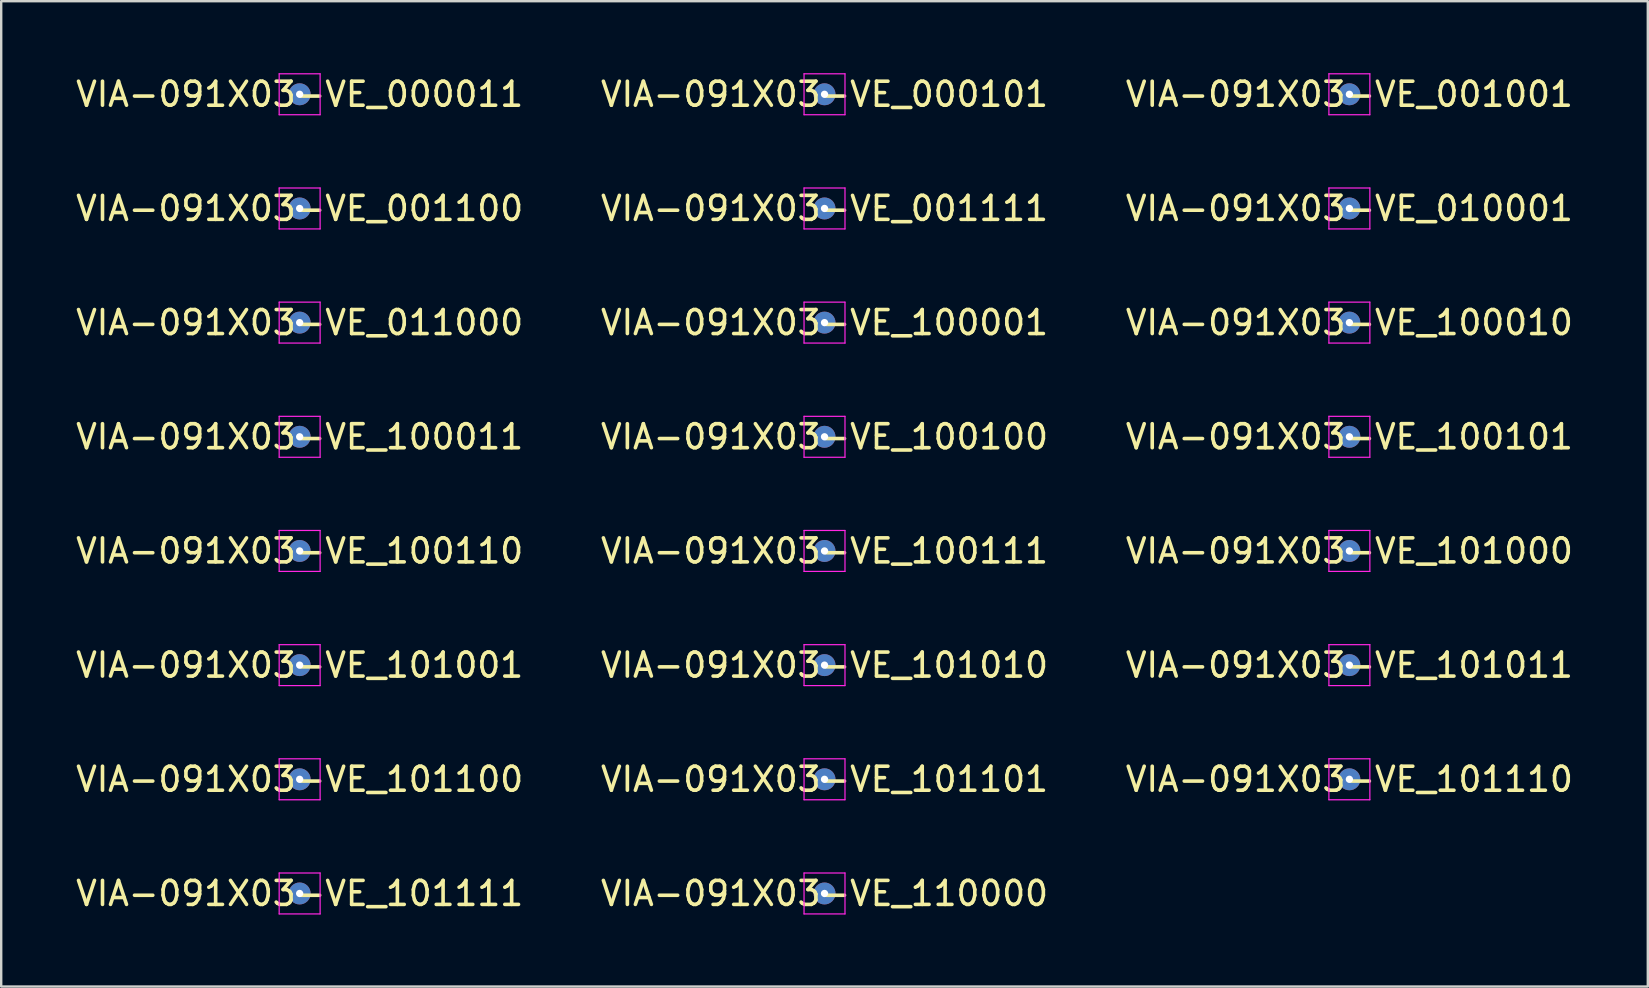
<source format=kicad_pcb>
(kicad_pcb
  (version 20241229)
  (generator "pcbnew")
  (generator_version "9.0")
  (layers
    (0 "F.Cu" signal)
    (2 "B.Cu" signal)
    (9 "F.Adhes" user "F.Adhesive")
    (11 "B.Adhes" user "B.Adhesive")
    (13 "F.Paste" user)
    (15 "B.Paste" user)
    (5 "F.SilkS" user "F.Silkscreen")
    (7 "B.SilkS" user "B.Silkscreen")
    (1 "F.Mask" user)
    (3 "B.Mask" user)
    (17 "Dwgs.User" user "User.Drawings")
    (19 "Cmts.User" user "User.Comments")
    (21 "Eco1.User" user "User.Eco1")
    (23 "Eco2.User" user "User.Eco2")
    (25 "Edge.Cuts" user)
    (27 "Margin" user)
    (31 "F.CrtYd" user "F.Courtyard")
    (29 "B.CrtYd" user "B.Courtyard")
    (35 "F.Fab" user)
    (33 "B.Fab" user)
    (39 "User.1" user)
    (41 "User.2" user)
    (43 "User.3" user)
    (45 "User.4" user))
  (footprint "VIA-091X03-VE_110000"
    (layer "F.Cu")
    (at 31.304 34.177)
    (property "Reference" "VIA-091X03-VE_110000" (at 0 0 0) (layer "F.SilkS") (effects (font (size 1 1) (thickness 0.15))))
    (attr through_hole)
    (fp_line (start -0.853 -0.853) (end -0.853 0.853) (stroke (width 0.05) (type solid)) (layer "F.CrtYd"))
    (fp_line (start -0.853 0.853) (end 0.853 0.853) (stroke (width 0.05) (type solid)) (layer "F.CrtYd"))
    (fp_line (start 0.853 -0.853) (end -0.853 -0.853) (stroke (width 0.05) (type solid)) (layer "F.CrtYd"))
    (fp_line (start 0.853 0.853) (end 0.853 -0.853) (stroke (width 0.05) (type solid)) (layer "F.CrtYd"))
    (pad "" thru_hole circle (at 0 0) (size 0.914 0.914) (drill 0.305) (layers "*.Mask" "F.Cu" "In1.Cu")))
  (footprint "VIA-091X03-VE_101010"
    (layer "F.Cu")
    (at 31.304 24.663)
    (property "Reference" "VIA-091X03-VE_101010" (at 0 0 0) (layer "F.SilkS") (effects (font (size 1 1) (thickness 0.15))))
    (attr through_hole)
    (fp_line (start -0.853 -0.853) (end -0.853 0.853) (stroke (width 0.05) (type solid)) (layer "F.CrtYd"))
    (fp_line (start -0.853 0.853) (end 0.853 0.853) (stroke (width 0.05) (type solid)) (layer "F.CrtYd"))
    (fp_line (start 0.853 -0.853) (end -0.853 -0.853) (stroke (width 0.05) (type solid)) (layer "F.CrtYd"))
    (fp_line (start 0.853 0.853) (end 0.853 -0.853) (stroke (width 0.05) (type solid)) (layer "F.CrtYd"))
    (pad "" thru_hole circle (at 0 0) (size 0.914 0.914) (drill 0.305) (layers "*.Cu" "*.Mask")))
  (footprint "VIA-091X03-VE_101001"
    (layer "F.Cu")
    (at 9.435 24.663)
    (property "Reference" "VIA-091X03-VE_101001" (at 0 0 0) (layer "F.SilkS") (effects (font (size 1 1) (thickness 0.15))))
    (attr through_hole)
    (fp_line (start -0.853 -0.853) (end -0.853 0.853) (stroke (width 0.05) (type solid)) (layer "F.CrtYd"))
    (fp_line (start -0.853 0.853) (end 0.853 0.853) (stroke (width 0.05) (type solid)) (layer "F.CrtYd"))
    (fp_line (start 0.853 -0.853) (end -0.853 -0.853) (stroke (width 0.05) (type solid)) (layer "F.CrtYd"))
    (fp_line (start 0.853 0.853) (end 0.853 -0.853) (stroke (width 0.05) (type solid)) (layer "F.CrtYd"))
    (pad "" thru_hole circle (at 0 0) (size 0.914 0.914) (drill 0.305) (layers "*.Cu" "*.Mask")))
  (footprint "VIA-091X03-VE_010001"
    (layer "F.Cu")
    (at 53.173 5.635)
    (property "Reference" "VIA-091X03-VE_010001" (at 0 0 0) (layer "F.SilkS") (effects (font (size 1 1) (thickness 0.15))))
    (attr through_hole)
    (fp_line (start -0.853 -0.853) (end -0.853 0.853) (stroke (width 0.05) (type solid)) (layer "F.CrtYd"))
    (fp_line (start -0.853 0.853) (end 0.853 0.853) (stroke (width 0.05) (type solid)) (layer "F.CrtYd"))
    (fp_line (start 0.853 -0.853) (end -0.853 -0.853) (stroke (width 0.05) (type solid)) (layer "F.CrtYd"))
    (fp_line (start 0.853 0.853) (end 0.853 -0.853) (stroke (width 0.05) (type solid)) (layer "F.CrtYd"))
    (pad "" thru_hole circle (at 0 0) (size 0.914 0.914) (drill 0.305) (layers "*.Cu" "*.Mask")))
  (footprint "VIA-091X03-VE_100011"
    (layer "F.Cu")
    (at 9.435 15.149)
    (property "Reference" "VIA-091X03-VE_100011" (at 0 0 0) (layer "F.SilkS") (effects (font (size 1 1) (thickness 0.15))))
    (attr through_hole)
    (fp_line (start -0.853 -0.853) (end -0.853 0.853) (stroke (width 0.05) (type solid)) (layer "F.CrtYd"))
    (fp_line (start -0.853 0.853) (end 0.853 0.853) (stroke (width 0.05) (type solid)) (layer "F.CrtYd"))
    (fp_line (start 0.853 -0.853) (end -0.853 -0.853) (stroke (width 0.05) (type solid)) (layer "F.CrtYd"))
    (fp_line (start 0.853 0.853) (end 0.853 -0.853) (stroke (width 0.05) (type solid)) (layer "F.CrtYd"))
    (pad "" thru_hole circle (at 0 0) (size 0.914 0.914) (drill 0.305) (layers "*.Cu" "*.Mask")))
  (footprint "VIA-091X03-VE_001111"
    (layer "F.Cu")
    (at 31.304 5.635)
    (property "Reference" "VIA-091X03-VE_001111" (at 0 0 0) (layer "F.SilkS") (effects (font (size 1 1) (thickness 0.15))))
    (attr through_hole)
    (fp_line (start -0.853 -0.853) (end -0.853 0.853) (stroke (width 0.05) (type solid)) (layer "F.CrtYd"))
    (fp_line (start -0.853 0.853) (end 0.853 0.853) (stroke (width 0.05) (type solid)) (layer "F.CrtYd"))
    (fp_line (start 0.853 -0.853) (end -0.853 -0.853) (stroke (width 0.05) (type solid)) (layer "F.CrtYd"))
    (fp_line (start 0.853 0.853) (end 0.853 -0.853) (stroke (width 0.05) (type solid)) (layer "F.CrtYd"))
    (pad "" thru_hole circle (at 0 0) (size 0.914 0.914) (drill 0.305) (layers "*.Mask" "B.Cu" "In2.Cu" "In3.Cu" "In4.Cu")))
  (footprint "VIA-091X03-VE_100101"
    (layer "F.Cu")
    (at 53.173 15.149)
    (property "Reference" "VIA-091X03-VE_100101" (at 0 0 0) (layer "F.SilkS") (effects (font (size 1 1) (thickness 0.15))))
    (attr through_hole)
    (fp_line (start -0.853 -0.853) (end -0.853 0.853) (stroke (width 0.05) (type solid)) (layer "F.CrtYd"))
    (fp_line (start -0.853 0.853) (end 0.853 0.853) (stroke (width 0.05) (type solid)) (layer "F.CrtYd"))
    (fp_line (start 0.853 -0.853) (end -0.853 -0.853) (stroke (width 0.05) (type solid)) (layer "F.CrtYd"))
    (fp_line (start 0.853 0.853) (end 0.853 -0.853) (stroke (width 0.05) (type solid)) (layer "F.CrtYd"))
    (pad "" thru_hole circle (at 0 0) (size 0.914 0.914) (drill 0.305) (layers "*.Cu" "*.Mask")))
  (footprint "VIA-091X03-VE_000011"
    (layer "F.Cu")
    (at 9.435 0.878)
    (property "Reference" "VIA-091X03-VE_000011" (at 0 0 0) (layer "F.SilkS") (effects (font (size 1 1) (thickness 0.15))))
    (attr through_hole)
    (fp_line (start -0.853 -0.853) (end -0.853 0.853) (stroke (width 0.05) (type solid)) (layer "F.CrtYd"))
    (fp_line (start -0.853 0.853) (end 0.853 0.853) (stroke (width 0.05) (type solid)) (layer "F.CrtYd"))
    (fp_line (start 0.853 -0.853) (end -0.853 -0.853) (stroke (width 0.05) (type solid)) (layer "F.CrtYd"))
    (fp_line (start 0.853 0.853) (end 0.853 -0.853) (stroke (width 0.05) (type solid)) (layer "F.CrtYd"))
    (pad "" thru_hole circle (at 0 0) (size 0.914 0.914) (drill 0.305) (layers "*.Cu" "*.Mask")))
  (footprint "VIA-091X03-VE_101110"
    (layer "F.Cu")
    (at 53.173 29.42)
    (property "Reference" "VIA-091X03-VE_101110" (at 0 0 0) (layer "F.SilkS") (effects (font (size 1 1) (thickness 0.15))))
    (attr through_hole)
    (fp_line (start -0.853 -0.853) (end -0.853 0.853) (stroke (width 0.05) (type solid)) (layer "F.CrtYd"))
    (fp_line (start -0.853 0.853) (end 0.853 0.853) (stroke (width 0.05) (type solid)) (layer "F.CrtYd"))
    (fp_line (start 0.853 -0.853) (end -0.853 -0.853) (stroke (width 0.05) (type solid)) (layer "F.CrtYd"))
    (fp_line (start 0.853 0.853) (end 0.853 -0.853) (stroke (width 0.05) (type solid)) (layer "F.CrtYd"))
    (pad "" thru_hole circle (at 0 0) (size 0.914 0.914) (drill 0.305) (layers "*.Mask" "F.Cu" "In2.Cu" "In3.Cu" "In4.Cu")))
  (footprint "VIA-091X03-VE_100111"
    (layer "F.Cu")
    (at 31.304 19.906)
    (property "Reference" "VIA-091X03-VE_100111" (at 0 0 0) (layer "F.SilkS") (effects (font (size 1 1) (thickness 0.15))))
    (attr through_hole)
    (fp_line (start -0.853 -0.853) (end -0.853 0.853) (stroke (width 0.05) (type solid)) (layer "F.CrtYd"))
    (fp_line (start -0.853 0.853) (end 0.853 0.853) (stroke (width 0.05) (type solid)) (layer "F.CrtYd"))
    (fp_line (start 0.853 -0.853) (end -0.853 -0.853) (stroke (width 0.05) (type solid)) (layer "F.CrtYd"))
    (fp_line (start 0.853 0.853) (end 0.853 -0.853) (stroke (width 0.05) (type solid)) (layer "F.CrtYd"))
    (pad "" thru_hole circle (at 0 0) (size 0.914 0.914) (drill 0.305) (layers "*.Cu" "*.Mask")))
  (footprint "VIA-091X03-VE_100110"
    (layer "F.Cu")
    (at 9.435 19.906)
    (property "Reference" "VIA-091X03-VE_100110" (at 0 0 0) (layer "F.SilkS") (effects (font (size 1 1) (thickness 0.15))))
    (attr through_hole)
    (fp_line (start -0.853 -0.853) (end -0.853 0.853) (stroke (width 0.05) (type solid)) (layer "F.CrtYd"))
    (fp_line (start -0.853 0.853) (end 0.853 0.853) (stroke (width 0.05) (type solid)) (layer "F.CrtYd"))
    (fp_line (start 0.853 -0.853) (end -0.853 -0.853) (stroke (width 0.05) (type solid)) (layer "F.CrtYd"))
    (fp_line (start 0.853 0.853) (end 0.853 -0.853) (stroke (width 0.05) (type solid)) (layer "F.CrtYd"))
    (pad "" thru_hole circle (at 0 0) (size 0.914 0.914) (drill 0.305) (layers "*.Mask" "F.Cu" "In3.Cu" "In4.Cu")))
  (footprint "VIA-091X03-VE_101101"
    (layer "F.Cu")
    (at 31.304 29.42)
    (property "Reference" "VIA-091X03-VE_101101" (at 0 0 0) (layer "F.SilkS") (effects (font (size 1 1) (thickness 0.15))))
    (attr through_hole)
    (fp_line (start -0.853 -0.853) (end -0.853 0.853) (stroke (width 0.05) (type solid)) (layer "F.CrtYd"))
    (fp_line (start -0.853 0.853) (end 0.853 0.853) (stroke (width 0.05) (type solid)) (layer "F.CrtYd"))
    (fp_line (start 0.853 -0.853) (end -0.853 -0.853) (stroke (width 0.05) (type solid)) (layer "F.CrtYd"))
    (fp_line (start 0.853 0.853) (end 0.853 -0.853) (stroke (width 0.05) (type solid)) (layer "F.CrtYd"))
    (pad "" thru_hole circle (at 0 0) (size 0.914 0.914) (drill 0.305) (layers "*.Cu" "*.Mask")))
  (footprint "VIA-091X03-VE_100001"
    (layer "F.Cu")
    (at 31.304 10.392)
    (property "Reference" "VIA-091X03-VE_100001" (at 0 0 0) (layer "F.SilkS") (effects (font (size 1 1) (thickness 0.15))))
    (attr through_hole)
    (fp_line (start -0.853 -0.853) (end -0.853 0.853) (stroke (width 0.05) (type solid)) (layer "F.CrtYd"))
    (fp_line (start -0.853 0.853) (end 0.853 0.853) (stroke (width 0.05) (type solid)) (layer "F.CrtYd"))
    (fp_line (start 0.853 -0.853) (end -0.853 -0.853) (stroke (width 0.05) (type solid)) (layer "F.CrtYd"))
    (fp_line (start 0.853 0.853) (end 0.853 -0.853) (stroke (width 0.05) (type solid)) (layer "F.CrtYd"))
    (pad "" thru_hole circle (at 0 0) (size 0.914 0.914) (drill 0.305) (layers "*.Cu" "*.Mask")))
  (footprint "VIA-091X03-VE_100100"
    (layer "F.Cu")
    (at 31.304 15.149)
    (property "Reference" "VIA-091X03-VE_100100" (at 0 0 0) (layer "F.SilkS") (effects (font (size 1 1) (thickness 0.15))))
    (attr through_hole)
    (fp_line (start -0.853 -0.853) (end -0.853 0.853) (stroke (width 0.05) (type solid)) (layer "F.CrtYd"))
    (fp_line (start -0.853 0.853) (end 0.853 0.853) (stroke (width 0.05) (type solid)) (layer "F.CrtYd"))
    (fp_line (start 0.853 -0.853) (end -0.853 -0.853) (stroke (width 0.05) (type solid)) (layer "F.CrtYd"))
    (fp_line (start 0.853 0.853) (end 0.853 -0.853) (stroke (width 0.05) (type solid)) (layer "F.CrtYd"))
    (pad "" thru_hole circle (at 0 0) (size 0.914 0.914) (drill 0.305) (layers "*.Cu" "*.Mask")))
  (footprint "VIA-091X03-VE_001100"
    (layer "F.Cu")
    (at 9.435 5.635)
    (property "Reference" "VIA-091X03-VE_001100" (at 0 0 0) (layer "F.SilkS") (effects (font (size 1 1) (thickness 0.15))))
    (attr through_hole)
    (fp_line (start -0.853 -0.853) (end -0.853 0.853) (stroke (width 0.05) (type solid)) (layer "F.CrtYd"))
    (fp_line (start -0.853 0.853) (end 0.853 0.853) (stroke (width 0.05) (type solid)) (layer "F.CrtYd"))
    (fp_line (start 0.853 -0.853) (end -0.853 -0.853) (stroke (width 0.05) (type solid)) (layer "F.CrtYd"))
    (fp_line (start 0.853 0.853) (end 0.853 -0.853) (stroke (width 0.05) (type solid)) (layer "F.CrtYd"))
    (pad "" thru_hole circle (at 0 0) (size 0.914 0.914) (drill 0.305) (layers "*.Mask" "In2.Cu" "In3.Cu")))
  (footprint "VIA-091X03-VE_101111"
    (layer "F.Cu")
    (at 9.435 34.177)
    (property "Reference" "VIA-091X03-VE_101111" (at 0 0 0) (layer "F.SilkS") (effects (font (size 1 1) (thickness 0.15))))
    (attr through_hole)
    (fp_line (start -0.853 -0.853) (end -0.853 0.853) (stroke (width 0.05) (type solid)) (layer "F.CrtYd"))
    (fp_line (start -0.853 0.853) (end 0.853 0.853) (stroke (width 0.05) (type solid)) (layer "F.CrtYd"))
    (fp_line (start 0.853 -0.853) (end -0.853 -0.853) (stroke (width 0.05) (type solid)) (layer "F.CrtYd"))
    (fp_line (start 0.853 0.853) (end 0.853 -0.853) (stroke (width 0.05) (type solid)) (layer "F.CrtYd"))
    (pad "" thru_hole circle (at 0 0) (size 0.914 0.914) (drill 0.305) (layers "*.Cu" "*.Mask")))
  (footprint "VIA-091X03-VE_101011"
    (layer "F.Cu")
    (at 53.173 24.663)
    (property "Reference" "VIA-091X03-VE_101011" (at 0 0 0) (layer "F.SilkS") (effects (font (size 1 1) (thickness 0.15))))
    (attr through_hole)
    (fp_line (start -0.853 -0.853) (end -0.853 0.853) (stroke (width 0.05) (type solid)) (layer "F.CrtYd"))
    (fp_line (start -0.853 0.853) (end 0.853 0.853) (stroke (width 0.05) (type solid)) (layer "F.CrtYd"))
    (fp_line (start 0.853 -0.853) (end -0.853 -0.853) (stroke (width 0.05) (type solid)) (layer "F.CrtYd"))
    (fp_line (start 0.853 0.853) (end 0.853 -0.853) (stroke (width 0.05) (type solid)) (layer "F.CrtYd"))
    (pad "" thru_hole circle (at 0 0) (size 0.914 0.914) (drill 0.305) (layers "*.Cu" "*.Mask")))
  (footprint "VIA-091X03-VE_101100"
    (layer "F.Cu")
    (at 9.435 29.42)
    (property "Reference" "VIA-091X03-VE_101100" (at 0 0 0) (layer "F.SilkS") (effects (font (size 1 1) (thickness 0.15))))
    (attr through_hole)
    (fp_line (start -0.853 -0.853) (end -0.853 0.853) (stroke (width 0.05) (type solid)) (layer "F.CrtYd"))
    (fp_line (start -0.853 0.853) (end 0.853 0.853) (stroke (width 0.05) (type solid)) (layer "F.CrtYd"))
    (fp_line (start 0.853 -0.853) (end -0.853 -0.853) (stroke (width 0.05) (type solid)) (layer "F.CrtYd"))
    (fp_line (start 0.853 0.853) (end 0.853 -0.853) (stroke (width 0.05) (type solid)) (layer "F.CrtYd"))
    (pad "" thru_hole circle (at 0 0) (size 0.914 0.914) (drill 0.305) (layers "*.Cu" "*.Mask")))
  (footprint "VIA-091X03-VE_001001"
    (layer "F.Cu")
    (at 53.173 0.878)
    (property "Reference" "VIA-091X03-VE_001001" (at 0 0 0) (layer "F.SilkS") (effects (font (size 1 1) (thickness 0.15))))
    (attr through_hole)
    (fp_line (start -0.853 -0.853) (end -0.853 0.853) (stroke (width 0.05) (type solid)) (layer "F.CrtYd"))
    (fp_line (start -0.853 0.853) (end 0.853 0.853) (stroke (width 0.05) (type solid)) (layer "F.CrtYd"))
    (fp_line (start 0.853 -0.853) (end -0.853 -0.853) (stroke (width 0.05) (type solid)) (layer "F.CrtYd"))
    (fp_line (start 0.853 0.853) (end 0.853 -0.853) (stroke (width 0.05) (type solid)) (layer "F.CrtYd"))
    (pad "" thru_hole circle (at 0 0) (size 0.914 0.914) (drill 0.305) (layers "*.Cu" "*.Mask")))
  (footprint "VIA-091X03-VE_101000"
    (layer "F.Cu")
    (at 53.173 19.906)
    (property "Reference" "VIA-091X03-VE_101000" (at 0 0 0) (layer "F.SilkS") (effects (font (size 1 1) (thickness 0.15))))
    (attr through_hole)
    (fp_line (start -0.853 -0.853) (end -0.853 0.853) (stroke (width 0.05) (type solid)) (layer "F.CrtYd"))
    (fp_line (start -0.853 0.853) (end 0.853 0.853) (stroke (width 0.05) (type solid)) (layer "F.CrtYd"))
    (fp_line (start 0.853 -0.853) (end -0.853 -0.853) (stroke (width 0.05) (type solid)) (layer "F.CrtYd"))
    (fp_line (start 0.853 0.853) (end 0.853 -0.853) (stroke (width 0.05) (type solid)) (layer "F.CrtYd"))
    (pad "" thru_hole circle (at 0 0) (size 0.914 0.914) (drill 0.305) (layers "*.Cu" "*.Mask")))
  (footprint "VIA-091X03-VE_011000"
    (layer "F.Cu")
    (at 9.435 10.392)
    (property "Reference" "VIA-091X03-VE_011000" (at 0 0 0) (layer "F.SilkS") (effects (font (size 1 1) (thickness 0.15))))
    (attr through_hole)
    (fp_line (start -0.853 -0.853) (end -0.853 0.853) (stroke (width 0.05) (type solid)) (layer "F.CrtYd"))
    (fp_line (start -0.853 0.853) (end 0.853 0.853) (stroke (width 0.05) (type solid)) (layer "F.CrtYd"))
    (fp_line (start 0.853 -0.853) (end -0.853 -0.853) (stroke (width 0.05) (type solid)) (layer "F.CrtYd"))
    (fp_line (start 0.853 0.853) (end 0.853 -0.853) (stroke (width 0.05) (type solid)) (layer "F.CrtYd"))
    (pad "" thru_hole circle (at 0 0) (size 0.914 0.914) (drill 0.305) (layers "*.Mask" "F.Cu" "In1.Cu" "In2.Cu")))
  (footprint "VIA-091X03-VE_000101"
    (layer "F.Cu")
    (at 31.304 0.878)
    (property "Reference" "VIA-091X03-VE_000101" (at 0 0 0) (layer "F.SilkS") (effects (font (size 1 1) (thickness 0.15))))
    (attr through_hole)
    (fp_line (start -0.853 -0.853) (end -0.853 0.853) (stroke (width 0.05) (type solid)) (layer "F.CrtYd"))
    (fp_line (start -0.853 0.853) (end 0.853 0.853) (stroke (width 0.05) (type solid)) (layer "F.CrtYd"))
    (fp_line (start 0.853 -0.853) (end -0.853 -0.853) (stroke (width 0.05) (type solid)) (layer "F.CrtYd"))
    (fp_line (start 0.853 0.853) (end 0.853 -0.853) (stroke (width 0.05) (type solid)) (layer "F.CrtYd"))
    (pad "" thru_hole circle (at 0 0) (size 0.914 0.914) (drill 0.305) (layers "*.Mask" "B.Cu" "In3.Cu")))
  (footprint "VIA-091X03-VE_100010"
    (layer "F.Cu")
    (at 53.173 10.392)
    (property "Reference" "VIA-091X03-VE_100010" (at 0 0 0) (layer "F.SilkS") (effects (font (size 1 1) (thickness 0.15))))
    (attr through_hole)
    (fp_line (start -0.853 -0.853) (end -0.853 0.853) (stroke (width 0.05) (type solid)) (layer "F.CrtYd"))
    (fp_line (start -0.853 0.853) (end 0.853 0.853) (stroke (width 0.05) (type solid)) (layer "F.CrtYd"))
    (fp_line (start 0.853 -0.853) (end -0.853 -0.853) (stroke (width 0.05) (type solid)) (layer "F.CrtYd"))
    (fp_line (start 0.853 0.853) (end 0.853 -0.853) (stroke (width 0.05) (type solid)) (layer "F.CrtYd"))
    (pad "" thru_hole circle (at 0 0) (size 0.914 0.914) (drill 0.305) (layers "*.Cu" "*.Mask")))
  (gr_rect
    (start -3 -3)
    (end 65.607 38.055)
    (stroke (width 0.1) (type default))
    (fill no)
    (layer "Edge.Cuts")))
</source>
